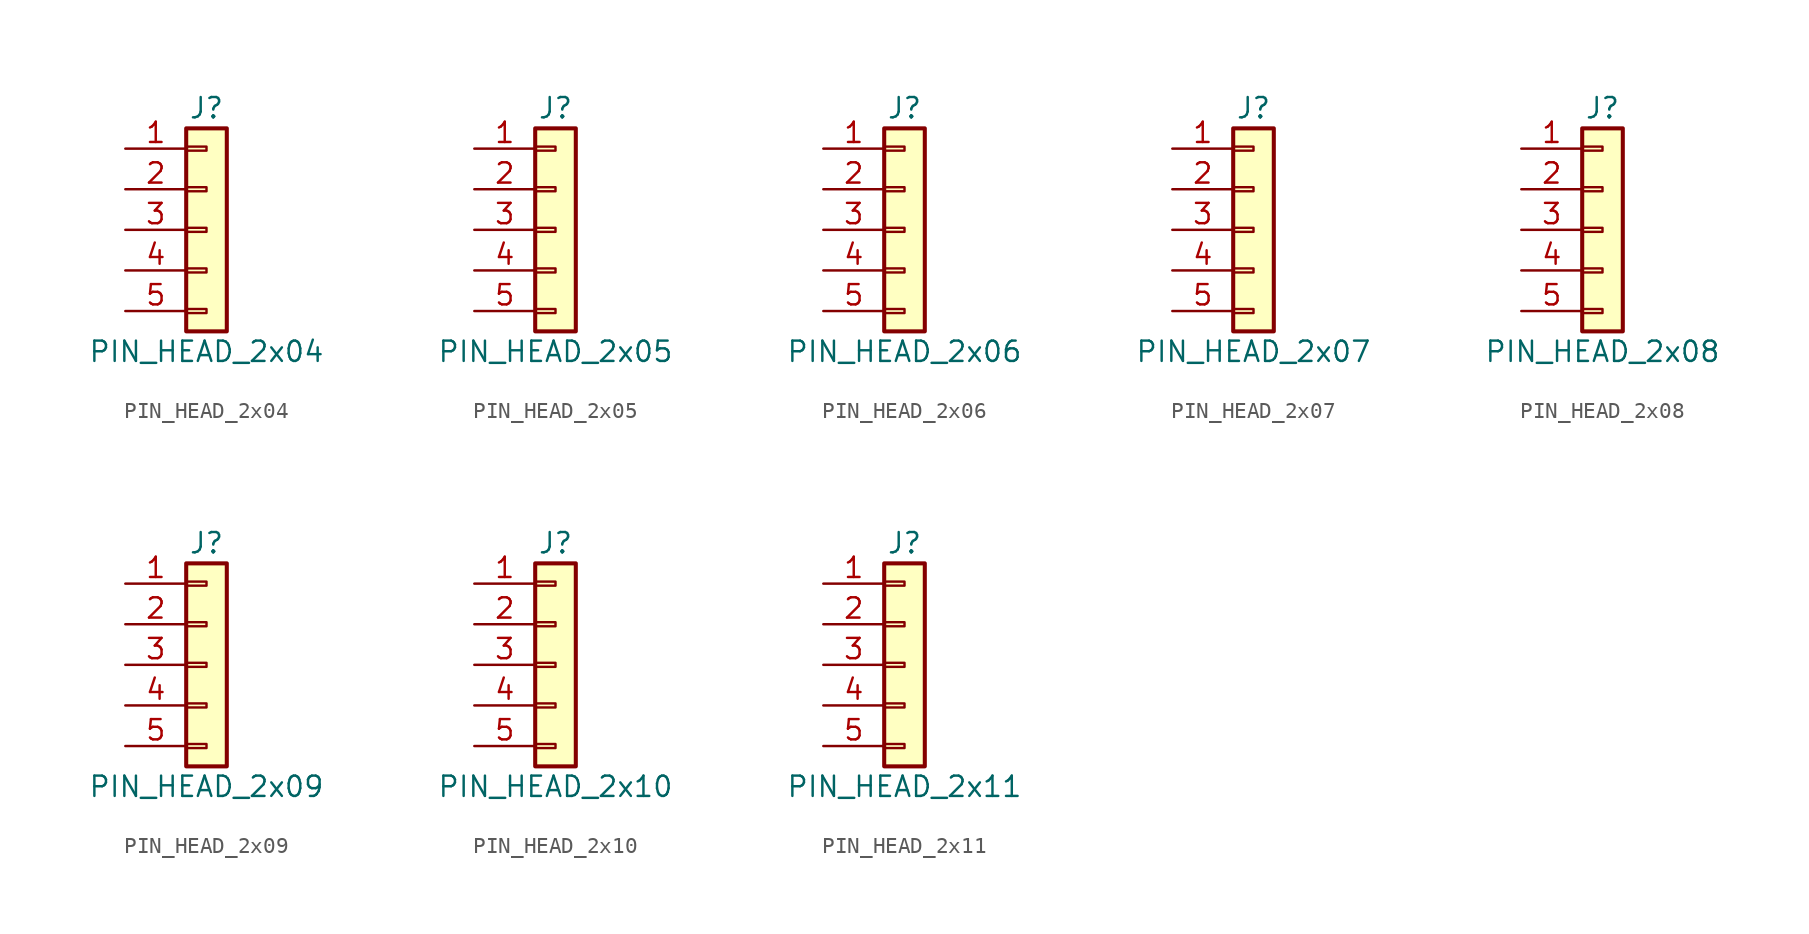
<source format=kicad_sym>
(kicad_symbol_lib
  (version 20211014)
  (generator kicad_symbol_editor)
  (symbol "PIN_HEAD_2x04"
    (pin_names
      (offset 1.016) hide)
    (property "Reference" "J"
      (at 0 7.62 0)
      (effects (font (size 1.27 1.27))))
    (property "Value" "PIN_HEAD_2x04"
      (at 0 -7.62 0)
      (effects (font (size 1.27 1.27))))
    (symbol "PIN_HEAD_2x04_1_1"
      (rectangle (start -1.27 -4.953) (end 0 -5.207) (stroke (width 0.152) (type default) (color 0 0 0 0)) (fill (type none)))
      (rectangle (start -1.27 -2.413) (end 0 -2.667) (stroke (width 0.152) (type default) (color 0 0 0 0)) (fill (type none)))
      (rectangle (start -1.27 0.127) (end 0 -0.127) (stroke (width 0.152) (type default) (color 0 0 0 0)) (fill (type none)))
      (rectangle (start -1.27 2.667) (end 0 2.413) (stroke (width 0.152) (type default) (color 0 0 0 0)) (fill (type none)))
      (rectangle (start -1.27 5.207) (end 0 4.953) (stroke (width 0.152) (type default) (color 0 0 0 0)) (fill (type none)))
      (rectangle (start -1.27 6.35) (end 1.27 -6.35) (stroke (width 0.254) (type default) (color 0 0 0 0)) (fill (type background)))
      (pin passive line (at -5.08 5.08 0) (length 3.81) (name "Pin_1" (effects (font (size 1.27 1.27)))) (number "1" (effects (font (size 1.27 1.27)))))
      (pin passive line (at -5.08 2.54 0) (length 3.81) (name "Pin_2" (effects (font (size 1.27 1.27)))) (number "2" (effects (font (size 1.27 1.27)))))
      (pin passive line (at -5.08 0 0) (length 3.81) (name "Pin_3" (effects (font (size 1.27 1.27)))) (number "3" (effects (font (size 1.27 1.27)))))
      (pin passive line (at -5.08 -2.54 0) (length 3.81) (name "Pin_4" (effects (font (size 1.27 1.27)))) (number "4" (effects (font (size 1.27 1.27)))))
      (pin passive line (at -5.08 -5.08 0) (length 3.81) (name "Pin_5" (effects (font (size 1.27 1.27)))) (number "5" (effects (font (size 1.27 1.27)))))))
  (symbol "PIN_HEAD_2x05"
    (pin_names
      (offset 1.016) hide)
    (property "Reference" "J"
      (at 0 7.62 0)
      (effects (font (size 1.27 1.27))))
    (property "Value" "PIN_HEAD_2x05"
      (at 0 -7.62 0)
      (effects (font (size 1.27 1.27))))
    (symbol "PIN_HEAD_2x05_1_1"
      (rectangle (start -1.27 -4.953) (end 0 -5.207) (stroke (width 0.152) (type default) (color 0 0 0 0)) (fill (type none)))
      (rectangle (start -1.27 -2.413) (end 0 -2.667) (stroke (width 0.152) (type default) (color 0 0 0 0)) (fill (type none)))
      (rectangle (start -1.27 0.127) (end 0 -0.127) (stroke (width 0.152) (type default) (color 0 0 0 0)) (fill (type none)))
      (rectangle (start -1.27 2.667) (end 0 2.413) (stroke (width 0.152) (type default) (color 0 0 0 0)) (fill (type none)))
      (rectangle (start -1.27 5.207) (end 0 4.953) (stroke (width 0.152) (type default) (color 0 0 0 0)) (fill (type none)))
      (rectangle (start -1.27 6.35) (end 1.27 -6.35) (stroke (width 0.254) (type default) (color 0 0 0 0)) (fill (type background)))
      (pin passive line (at -5.08 5.08 0) (length 3.81) (name "Pin_1" (effects (font (size 1.27 1.27)))) (number "1" (effects (font (size 1.27 1.27)))))
      (pin passive line (at -5.08 2.54 0) (length 3.81) (name "Pin_2" (effects (font (size 1.27 1.27)))) (number "2" (effects (font (size 1.27 1.27)))))
      (pin passive line (at -5.08 0 0) (length 3.81) (name "Pin_3" (effects (font (size 1.27 1.27)))) (number "3" (effects (font (size 1.27 1.27)))))
      (pin passive line (at -5.08 -2.54 0) (length 3.81) (name "Pin_4" (effects (font (size 1.27 1.27)))) (number "4" (effects (font (size 1.27 1.27)))))
      (pin passive line (at -5.08 -5.08 0) (length 3.81) (name "Pin_5" (effects (font (size 1.27 1.27)))) (number "5" (effects (font (size 1.27 1.27)))))))
  (symbol "PIN_HEAD_2x06"
    (pin_names
      (offset 1.016) hide)
    (property "Reference" "J"
      (at 0 7.62 0)
      (effects (font (size 1.27 1.27))))
    (property "Value" "PIN_HEAD_2x06"
      (at 0 -7.62 0)
      (effects (font (size 1.27 1.27))))
    (symbol "PIN_HEAD_2x06_1_1"
      (rectangle (start -1.27 -4.953) (end 0 -5.207) (stroke (width 0.152) (type default) (color 0 0 0 0)) (fill (type none)))
      (rectangle (start -1.27 -2.413) (end 0 -2.667) (stroke (width 0.152) (type default) (color 0 0 0 0)) (fill (type none)))
      (rectangle (start -1.27 0.127) (end 0 -0.127) (stroke (width 0.152) (type default) (color 0 0 0 0)) (fill (type none)))
      (rectangle (start -1.27 2.667) (end 0 2.413) (stroke (width 0.152) (type default) (color 0 0 0 0)) (fill (type none)))
      (rectangle (start -1.27 5.207) (end 0 4.953) (stroke (width 0.152) (type default) (color 0 0 0 0)) (fill (type none)))
      (rectangle (start -1.27 6.35) (end 1.27 -6.35) (stroke (width 0.254) (type default) (color 0 0 0 0)) (fill (type background)))
      (pin passive line (at -5.08 5.08 0) (length 3.81) (name "Pin_1" (effects (font (size 1.27 1.27)))) (number "1" (effects (font (size 1.27 1.27)))))
      (pin passive line (at -5.08 2.54 0) (length 3.81) (name "Pin_2" (effects (font (size 1.27 1.27)))) (number "2" (effects (font (size 1.27 1.27)))))
      (pin passive line (at -5.08 0 0) (length 3.81) (name "Pin_3" (effects (font (size 1.27 1.27)))) (number "3" (effects (font (size 1.27 1.27)))))
      (pin passive line (at -5.08 -2.54 0) (length 3.81) (name "Pin_4" (effects (font (size 1.27 1.27)))) (number "4" (effects (font (size 1.27 1.27)))))
      (pin passive line (at -5.08 -5.08 0) (length 3.81) (name "Pin_5" (effects (font (size 1.27 1.27)))) (number "5" (effects (font (size 1.27 1.27)))))))
  (symbol "PIN_HEAD_2x07"
    (pin_names
      (offset 1.016) hide)
    (property "Reference" "J"
      (at 0 7.62 0)
      (effects (font (size 1.27 1.27))))
    (property "Value" "PIN_HEAD_2x07"
      (at 0 -7.62 0)
      (effects (font (size 1.27 1.27))))
    (symbol "PIN_HEAD_2x07_1_1"
      (rectangle (start -1.27 -4.953) (end 0 -5.207) (stroke (width 0.152) (type default) (color 0 0 0 0)) (fill (type none)))
      (rectangle (start -1.27 -2.413) (end 0 -2.667) (stroke (width 0.152) (type default) (color 0 0 0 0)) (fill (type none)))
      (rectangle (start -1.27 0.127) (end 0 -0.127) (stroke (width 0.152) (type default) (color 0 0 0 0)) (fill (type none)))
      (rectangle (start -1.27 2.667) (end 0 2.413) (stroke (width 0.152) (type default) (color 0 0 0 0)) (fill (type none)))
      (rectangle (start -1.27 5.207) (end 0 4.953) (stroke (width 0.152) (type default) (color 0 0 0 0)) (fill (type none)))
      (rectangle (start -1.27 6.35) (end 1.27 -6.35) (stroke (width 0.254) (type default) (color 0 0 0 0)) (fill (type background)))
      (pin passive line (at -5.08 5.08 0) (length 3.81) (name "Pin_1" (effects (font (size 1.27 1.27)))) (number "1" (effects (font (size 1.27 1.27)))))
      (pin passive line (at -5.08 2.54 0) (length 3.81) (name "Pin_2" (effects (font (size 1.27 1.27)))) (number "2" (effects (font (size 1.27 1.27)))))
      (pin passive line (at -5.08 0 0) (length 3.81) (name "Pin_3" (effects (font (size 1.27 1.27)))) (number "3" (effects (font (size 1.27 1.27)))))
      (pin passive line (at -5.08 -2.54 0) (length 3.81) (name "Pin_4" (effects (font (size 1.27 1.27)))) (number "4" (effects (font (size 1.27 1.27)))))
      (pin passive line (at -5.08 -5.08 0) (length 3.81) (name "Pin_5" (effects (font (size 1.27 1.27)))) (number "5" (effects (font (size 1.27 1.27)))))))
  (symbol "PIN_HEAD_2x08"
    (pin_names
      (offset 1.016) hide)
    (property "Reference" "J"
      (at 0 7.62 0)
      (effects (font (size 1.27 1.27))))
    (property "Value" "PIN_HEAD_2x08"
      (at 0 -7.62 0)
      (effects (font (size 1.27 1.27))))
    (symbol "PIN_HEAD_2x08_1_1"
      (rectangle (start -1.27 -4.953) (end 0 -5.207) (stroke (width 0.152) (type default) (color 0 0 0 0)) (fill (type none)))
      (rectangle (start -1.27 -2.413) (end 0 -2.667) (stroke (width 0.152) (type default) (color 0 0 0 0)) (fill (type none)))
      (rectangle (start -1.27 0.127) (end 0 -0.127) (stroke (width 0.152) (type default) (color 0 0 0 0)) (fill (type none)))
      (rectangle (start -1.27 2.667) (end 0 2.413) (stroke (width 0.152) (type default) (color 0 0 0 0)) (fill (type none)))
      (rectangle (start -1.27 5.207) (end 0 4.953) (stroke (width 0.152) (type default) (color 0 0 0 0)) (fill (type none)))
      (rectangle (start -1.27 6.35) (end 1.27 -6.35) (stroke (width 0.254) (type default) (color 0 0 0 0)) (fill (type background)))
      (pin passive line (at -5.08 5.08 0) (length 3.81) (name "Pin_1" (effects (font (size 1.27 1.27)))) (number "1" (effects (font (size 1.27 1.27)))))
      (pin passive line (at -5.08 2.54 0) (length 3.81) (name "Pin_2" (effects (font (size 1.27 1.27)))) (number "2" (effects (font (size 1.27 1.27)))))
      (pin passive line (at -5.08 0 0) (length 3.81) (name "Pin_3" (effects (font (size 1.27 1.27)))) (number "3" (effects (font (size 1.27 1.27)))))
      (pin passive line (at -5.08 -2.54 0) (length 3.81) (name "Pin_4" (effects (font (size 1.27 1.27)))) (number "4" (effects (font (size 1.27 1.27)))))
      (pin passive line (at -5.08 -5.08 0) (length 3.81) (name "Pin_5" (effects (font (size 1.27 1.27)))) (number "5" (effects (font (size 1.27 1.27)))))))
  (symbol "PIN_HEAD_2x09"
    (pin_names
      (offset 1.016) hide)
    (property "Reference" "J"
      (at 0 7.62 0)
      (effects (font (size 1.27 1.27))))
    (property "Value" "PIN_HEAD_2x09"
      (at 0 -7.62 0)
      (effects (font (size 1.27 1.27))))
    (symbol "PIN_HEAD_2x09_1_1"
      (rectangle (start -1.27 -4.953) (end 0 -5.207) (stroke (width 0.152) (type default) (color 0 0 0 0)) (fill (type none)))
      (rectangle (start -1.27 -2.413) (end 0 -2.667) (stroke (width 0.152) (type default) (color 0 0 0 0)) (fill (type none)))
      (rectangle (start -1.27 0.127) (end 0 -0.127) (stroke (width 0.152) (type default) (color 0 0 0 0)) (fill (type none)))
      (rectangle (start -1.27 2.667) (end 0 2.413) (stroke (width 0.152) (type default) (color 0 0 0 0)) (fill (type none)))
      (rectangle (start -1.27 5.207) (end 0 4.953) (stroke (width 0.152) (type default) (color 0 0 0 0)) (fill (type none)))
      (rectangle (start -1.27 6.35) (end 1.27 -6.35) (stroke (width 0.254) (type default) (color 0 0 0 0)) (fill (type background)))
      (pin passive line (at -5.08 5.08 0) (length 3.81) (name "Pin_1" (effects (font (size 1.27 1.27)))) (number "1" (effects (font (size 1.27 1.27)))))
      (pin passive line (at -5.08 2.54 0) (length 3.81) (name "Pin_2" (effects (font (size 1.27 1.27)))) (number "2" (effects (font (size 1.27 1.27)))))
      (pin passive line (at -5.08 0 0) (length 3.81) (name "Pin_3" (effects (font (size 1.27 1.27)))) (number "3" (effects (font (size 1.27 1.27)))))
      (pin passive line (at -5.08 -2.54 0) (length 3.81) (name "Pin_4" (effects (font (size 1.27 1.27)))) (number "4" (effects (font (size 1.27 1.27)))))
      (pin passive line (at -5.08 -5.08 0) (length 3.81) (name "Pin_5" (effects (font (size 1.27 1.27)))) (number "5" (effects (font (size 1.27 1.27)))))))
  (symbol "PIN_HEAD_2x10"
    (pin_names
      (offset 1.016) hide)
    (property "Reference" "J"
      (at 0 7.62 0)
      (effects (font (size 1.27 1.27))))
    (property "Value" "PIN_HEAD_2x10"
      (at 0 -7.62 0)
      (effects (font (size 1.27 1.27))))
    (symbol "PIN_HEAD_2x10_1_1"
      (rectangle (start -1.27 -4.953) (end 0 -5.207) (stroke (width 0.152) (type default) (color 0 0 0 0)) (fill (type none)))
      (rectangle (start -1.27 -2.413) (end 0 -2.667) (stroke (width 0.152) (type default) (color 0 0 0 0)) (fill (type none)))
      (rectangle (start -1.27 0.127) (end 0 -0.127) (stroke (width 0.152) (type default) (color 0 0 0 0)) (fill (type none)))
      (rectangle (start -1.27 2.667) (end 0 2.413) (stroke (width 0.152) (type default) (color 0 0 0 0)) (fill (type none)))
      (rectangle (start -1.27 5.207) (end 0 4.953) (stroke (width 0.152) (type default) (color 0 0 0 0)) (fill (type none)))
      (rectangle (start -1.27 6.35) (end 1.27 -6.35) (stroke (width 0.254) (type default) (color 0 0 0 0)) (fill (type background)))
      (pin passive line (at -5.08 5.08 0) (length 3.81) (name "Pin_1" (effects (font (size 1.27 1.27)))) (number "1" (effects (font (size 1.27 1.27)))))
      (pin passive line (at -5.08 2.54 0) (length 3.81) (name "Pin_2" (effects (font (size 1.27 1.27)))) (number "2" (effects (font (size 1.27 1.27)))))
      (pin passive line (at -5.08 0 0) (length 3.81) (name "Pin_3" (effects (font (size 1.27 1.27)))) (number "3" (effects (font (size 1.27 1.27)))))
      (pin passive line (at -5.08 -2.54 0) (length 3.81) (name "Pin_4" (effects (font (size 1.27 1.27)))) (number "4" (effects (font (size 1.27 1.27)))))
      (pin passive line (at -5.08 -5.08 0) (length 3.81) (name "Pin_5" (effects (font (size 1.27 1.27)))) (number "5" (effects (font (size 1.27 1.27)))))))
  (symbol "PIN_HEAD_2x11"
    (pin_names
      (offset 1.016) hide)
    (property "Reference" "J"
      (at 0 7.62 0)
      (effects (font (size 1.27 1.27))))
    (property "Value" "PIN_HEAD_2x11"
      (at 0 -7.62 0)
      (effects (font (size 1.27 1.27))))
    (symbol "PIN_HEAD_2x11_1_1"
      (rectangle (start -1.27 -4.953) (end 0 -5.207) (stroke (width 0.152) (type default) (color 0 0 0 0)) (fill (type none)))
      (rectangle (start -1.27 -2.413) (end 0 -2.667) (stroke (width 0.152) (type default) (color 0 0 0 0)) (fill (type none)))
      (rectangle (start -1.27 0.127) (end 0 -0.127) (stroke (width 0.152) (type default) (color 0 0 0 0)) (fill (type none)))
      (rectangle (start -1.27 2.667) (end 0 2.413) (stroke (width 0.152) (type default) (color 0 0 0 0)) (fill (type none)))
      (rectangle (start -1.27 5.207) (end 0 4.953) (stroke (width 0.152) (type default) (color 0 0 0 0)) (fill (type none)))
      (rectangle (start -1.27 6.35) (end 1.27 -6.35) (stroke (width 0.254) (type default) (color 0 0 0 0)) (fill (type background)))
      (pin passive line (at -5.08 5.08 0) (length 3.81) (name "Pin_1" (effects (font (size 1.27 1.27)))) (number "1" (effects (font (size 1.27 1.27)))))
      (pin passive line (at -5.08 2.54 0) (length 3.81) (name "Pin_2" (effects (font (size 1.27 1.27)))) (number "2" (effects (font (size 1.27 1.27)))))
      (pin passive line (at -5.08 0 0) (length 3.81) (name "Pin_3" (effects (font (size 1.27 1.27)))) (number "3" (effects (font (size 1.27 1.27)))))
      (pin passive line (at -5.08 -2.54 0) (length 3.81) (name "Pin_4" (effects (font (size 1.27 1.27)))) (number "4" (effects (font (size 1.27 1.27)))))
      (pin passive line (at -5.08 -5.08 0) (length 3.81) (name "Pin_5" (effects (font (size 1.27 1.27)))) (number "5" (effects (font (size 1.27 1.27))))))))
</source>
